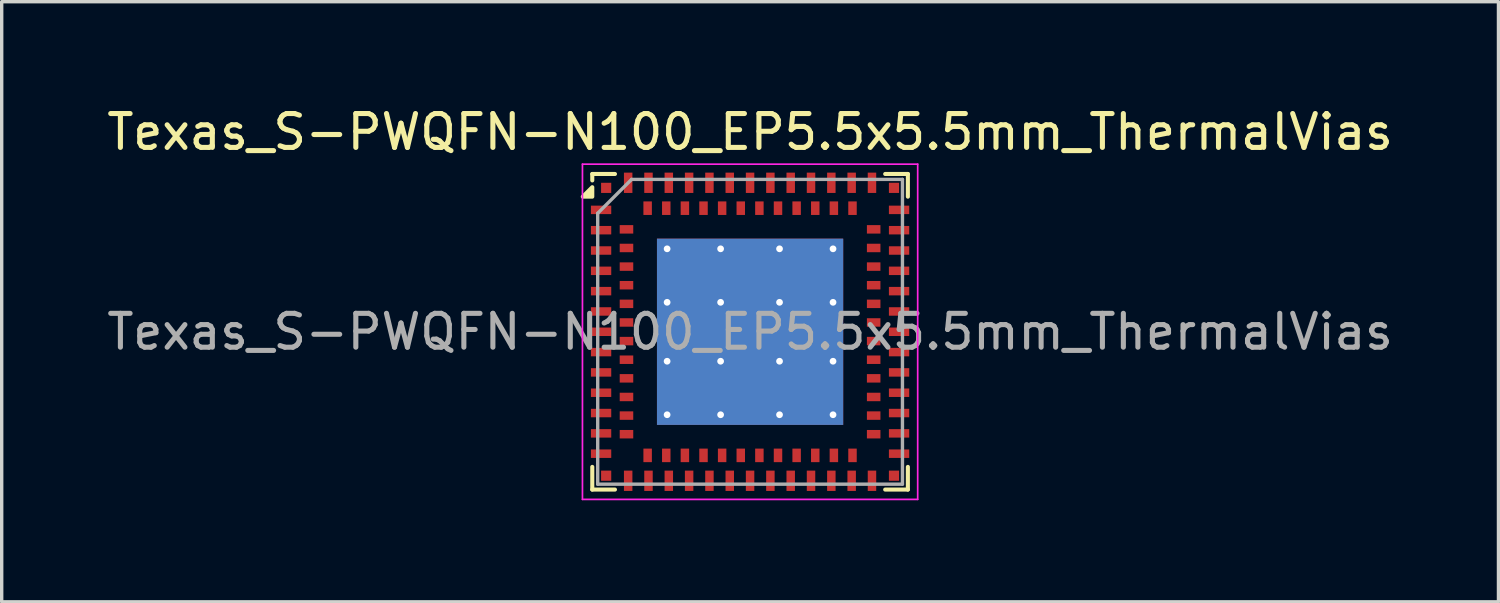
<source format=kicad_pcb>
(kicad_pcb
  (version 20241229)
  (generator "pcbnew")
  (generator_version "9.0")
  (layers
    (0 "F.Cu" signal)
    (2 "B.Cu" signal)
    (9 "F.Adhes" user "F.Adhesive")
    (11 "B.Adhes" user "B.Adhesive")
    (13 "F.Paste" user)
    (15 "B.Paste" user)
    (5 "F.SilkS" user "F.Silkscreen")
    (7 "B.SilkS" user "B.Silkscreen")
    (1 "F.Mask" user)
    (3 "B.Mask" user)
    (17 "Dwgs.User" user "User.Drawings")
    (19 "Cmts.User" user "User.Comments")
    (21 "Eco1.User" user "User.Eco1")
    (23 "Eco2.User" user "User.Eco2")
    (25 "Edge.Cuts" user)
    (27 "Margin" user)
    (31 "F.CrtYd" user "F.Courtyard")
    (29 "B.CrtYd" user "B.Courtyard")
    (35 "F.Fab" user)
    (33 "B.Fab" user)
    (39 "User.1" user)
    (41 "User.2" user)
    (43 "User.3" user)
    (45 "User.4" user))
  (footprint "Texas_S-PWQFN-N100_EP5.5x5.5mm_ThermalVias"
    (layer "F.Cu")
    (at 19.101 6.748)
    (property "Reference" "Texas_S-PWQFN-N100_EP5.5x5.5mm_ThermalVias" (at 0 -5.9 0) (layer "F.SilkS") (effects (font (size 1 1) (thickness 0.15))))
    (attr smd)
    (fp_line (start -4.66 -4.66) (end -3.99 -4.66) (stroke (width 0.12) (type solid)) (layer "F.SilkS"))
    (fp_line (start -4.66 -4.47) (end -4.66 -4.66) (stroke (width 0.12) (type solid)) (layer "F.SilkS"))
    (fp_line (start -4.66 3.99) (end -4.66 4.66) (stroke (width 0.12) (type solid)) (layer "F.SilkS"))
    (fp_line (start -4.66 4.66) (end -3.99 4.66) (stroke (width 0.12) (type solid)) (layer "F.SilkS"))
    (fp_line (start 4.66 -4.66) (end 3.99 -4.66) (stroke (width 0.12) (type solid)) (layer "F.SilkS"))
    (fp_line (start 4.66 -3.99) (end 4.66 -4.66) (stroke (width 0.12) (type solid)) (layer "F.SilkS"))
    (fp_line (start 4.66 3.99) (end 4.66 4.66) (stroke (width 0.12) (type solid)) (layer "F.SilkS"))
    (fp_line (start 4.66 4.66) (end 3.99 4.66) (stroke (width 0.12) (type solid)) (layer "F.SilkS"))
    (fp_poly (pts (xy -4.66 -3.99) (xy -4.94 -3.99) (xy -4.66 -4.27) (xy -4.66 -3.99)) (stroke (width 0.12) (type solid)) (fill yes) (layer "F.SilkS"))
    (fp_line (start -4.95 -4.95) (end 4.95 -4.95) (stroke (width 0.05) (type solid)) (layer "F.CrtYd"))
    (fp_line (start -4.95 4.95) (end -4.95 -4.95) (stroke (width 0.05) (type solid)) (layer "F.CrtYd"))
    (fp_line (start 4.95 -4.95) (end 4.95 4.95) (stroke (width 0.05) (type solid)) (layer "F.CrtYd"))
    (fp_line (start 4.95 4.95) (end -4.95 4.95) (stroke (width 0.05) (type solid)) (layer "F.CrtYd"))
    (fp_line (start -4.5 -3.5) (end -4.5 4.5) (stroke (width 0.1) (type solid)) (layer "F.Fab"))
    (fp_line (start -4.5 4.5) (end 4.5 4.5) (stroke (width 0.1) (type solid)) (layer "F.Fab"))
    (fp_line (start -3.5 -4.5) (end -4.5 -3.5) (stroke (width 0.1) (type default)) (layer "F.Fab"))
    (fp_line (start -3.5 -4.5) (end 4.5 -4.5) (stroke (width 0.1) (type solid)) (layer "F.Fab"))
    (fp_line (start 4.5 -4.5) (end 4.5 4.5) (stroke (width 0.1) (type solid)) (layer "F.Fab"))
    (fp_text user "${REFERENCE}" (at 0 0 0) (layer "F.Fab") (effects (font (size 1 1) (thickness 0.15))))
    (pad "" smd rect (at -1.66 -1.66) (size 1.5 1.5) (layers "F.Paste"))
    (pad "" smd rect (at -1.66 0) (size 1.5 1.5) (layers "F.Paste"))
    (pad "" smd rect (at -1.66 1.66) (size 1.5 1.5) (layers "F.Paste"))
    (pad "" smd rect (at 0 -1.66) (size 1.5 1.5) (layers "F.Paste"))
    (pad "" smd rect (at 0 0) (size 1.5 1.5) (layers "F.Paste"))
    (pad "" smd rect (at 0 1.66) (size 1.5 1.5) (layers "F.Paste"))
    (pad "" smd rect (at 1.66 -1.66) (size 1.5 1.5) (layers "F.Paste"))
    (pad "" smd rect (at 1.66 0) (size 1.5 1.5) (layers "F.Paste"))
    (pad "" smd rect (at 1.66 1.66) (size 1.5 1.5) (layers "F.Paste"))
    (pad "A1" smd rect (at -4.4 -3.6 90) (size 0.25 0.6) (layers "F.Cu" "F.Mask" "F.Paste"))
    (pad "A2" smd rect (at -4.4 -3 90) (size 0.25 0.6) (layers "F.Cu" "F.Mask" "F.Paste"))
    (pad "A3" smd rect (at -4.4 -2.4 90) (size 0.25 0.6) (layers "F.Cu" "F.Mask" "F.Paste"))
    (pad "A4" smd rect (at -4.4 -1.8 90) (size 0.25 0.6) (layers "F.Cu" "F.Mask" "F.Paste"))
    (pad "A5" smd rect (at -4.4 -1.2 90) (size 0.25 0.6) (layers "F.Cu" "F.Mask" "F.Paste"))
    (pad "A6" smd rect (at -4.4 -0.6 90) (size 0.25 0.6) (layers "F.Cu" "F.Mask" "F.Paste"))
    (pad "A7" smd rect (at -4.4 0 90) (size 0.25 0.6) (layers "F.Cu" "F.Mask" "F.Paste"))
    (pad "A8" smd rect (at -4.4 0.6 90) (size 0.25 0.6) (layers "F.Cu" "F.Mask" "F.Paste"))
    (pad "A9" smd rect (at -4.4 1.2 90) (size 0.25 0.6) (layers "F.Cu" "F.Mask" "F.Paste"))
    (pad "A10" smd rect (at -4.4 1.8 90) (size 0.25 0.6) (layers "F.Cu" "F.Mask" "F.Paste"))
    (pad "A11" smd rect (at -4.4 2.4 90) (size 0.25 0.6) (layers "F.Cu" "F.Mask" "F.Paste"))
    (pad "A12" smd rect (at -4.4 3 90) (size 0.25 0.6) (layers "F.Cu" "F.Mask" "F.Paste"))
    (pad "A13" smd rect (at -4.4 3.6 90) (size 0.25 0.6) (layers "F.Cu" "F.Mask" "F.Paste"))
    (pad "A14" smd rect (at -3.6 4.4) (size 0.25 0.6) (layers "F.Cu" "F.Mask" "F.Paste"))
    (pad "A15" smd rect (at -3 4.4) (size 0.25 0.6) (layers "F.Cu" "F.Mask" "F.Paste"))
    (pad "A16" smd rect (at -2.4 4.4) (size 0.25 0.6) (layers "F.Cu" "F.Mask" "F.Paste"))
    (pad "A17" smd rect (at -1.8 4.4) (size 0.25 0.6) (layers "F.Cu" "F.Mask" "F.Paste"))
    (pad "A18" smd rect (at -1.2 4.4) (size 0.25 0.6) (layers "F.Cu" "F.Mask" "F.Paste"))
    (pad "A19" smd rect (at -0.6 4.4) (size 0.25 0.6) (layers "F.Cu" "F.Mask" "F.Paste"))
    (pad "A20" smd rect (at 0 4.4) (size 0.25 0.6) (layers "F.Cu" "F.Mask" "F.Paste"))
    (pad "A21" smd rect (at 0.6 4.4) (size 0.25 0.6) (layers "F.Cu" "F.Mask" "F.Paste"))
    (pad "A22" smd rect (at 1.2 4.4) (size 0.25 0.6) (layers "F.Cu" "F.Mask" "F.Paste"))
    (pad "A23" smd rect (at 1.8 4.4) (size 0.25 0.6) (layers "F.Cu" "F.Mask" "F.Paste"))
    (pad "A24" smd rect (at 2.4 4.4) (size 0.25 0.6) (layers "F.Cu" "F.Mask" "F.Paste"))
    (pad "A25" smd rect (at 3 4.4) (size 0.25 0.6) (layers "F.Cu" "F.Mask" "F.Paste"))
    (pad "A26" smd rect (at 3.6 4.4) (size 0.25 0.6) (layers "F.Cu" "F.Mask" "F.Paste"))
    (pad "A27" smd rect (at 4.4 3.6 90) (size 0.25 0.6) (layers "F.Cu" "F.Mask" "F.Paste"))
    (pad "A28" smd rect (at 4.4 3 90) (size 0.25 0.6) (layers "F.Cu" "F.Mask" "F.Paste"))
    (pad "A29" smd rect (at 4.4 2.4 90) (size 0.25 0.6) (layers "F.Cu" "F.Mask" "F.Paste"))
    (pad "A30" smd rect (at 4.4 1.8 90) (size 0.25 0.6) (layers "F.Cu" "F.Mask" "F.Paste"))
    (pad "A31" smd rect (at 4.4 1.2 90) (size 0.25 0.6) (layers "F.Cu" "F.Mask" "F.Paste"))
    (pad "A32" smd rect (at 4.4 0.6 90) (size 0.25 0.6) (layers "F.Cu" "F.Mask" "F.Paste"))
    (pad "A33" smd rect (at 4.4 0 90) (size 0.25 0.6) (layers "F.Cu" "F.Mask" "F.Paste"))
    (pad "A34" smd rect (at 4.4 -0.6 90) (size 0.25 0.6) (layers "F.Cu" "F.Mask" "F.Paste"))
    (pad "A35" smd rect (at 4.4 -1.2 90) (size 0.25 0.6) (layers "F.Cu" "F.Mask" "F.Paste"))
    (pad "A36" smd rect (at 4.4 -1.8 90) (size 0.25 0.6) (layers "F.Cu" "F.Mask" "F.Paste"))
    (pad "A37" smd rect (at 4.4 -2.4 90) (size 0.25 0.6) (layers "F.Cu" "F.Mask" "F.Paste"))
    (pad "A38" smd rect (at 4.4 -3 90) (size 0.25 0.6) (layers "F.Cu" "F.Mask" "F.Paste"))
    (pad "A39" smd rect (at 4.4 -3.6 90) (size 0.25 0.6) (layers "F.Cu" "F.Mask" "F.Paste"))
    (pad "A40" smd rect (at 3.6 -4.4) (size 0.25 0.6) (layers "F.Cu" "F.Mask" "F.Paste"))
    (pad "A41" smd rect (at 3 -4.4) (size 0.25 0.6) (layers "F.Cu" "F.Mask" "F.Paste"))
    (pad "A42" smd rect (at 2.4 -4.4) (size 0.25 0.6) (layers "F.Cu" "F.Mask" "F.Paste"))
    (pad "A43" smd rect (at 1.8 -4.4) (size 0.25 0.6) (layers "F.Cu" "F.Mask" "F.Paste"))
    (pad "A44" smd rect (at 1.2 -4.4) (size 0.25 0.6) (layers "F.Cu" "F.Mask" "F.Paste"))
    (pad "A45" smd rect (at 0.6 -4.4) (size 0.25 0.6) (layers "F.Cu" "F.Mask" "F.Paste"))
    (pad "A46" smd rect (at 0 -4.4) (size 0.25 0.6) (layers "F.Cu" "F.Mask" "F.Paste"))
    (pad "A47" smd rect (at -0.6 -4.4) (size 0.25 0.6) (layers "F.Cu" "F.Mask" "F.Paste"))
    (pad "A48" smd rect (at -1.2 -4.4) (size 0.25 0.6) (layers "F.Cu" "F.Mask" "F.Paste"))
    (pad "A49" smd rect (at -1.8 -4.4) (size 0.25 0.6) (layers "F.Cu" "F.Mask" "F.Paste"))
    (pad "A50" smd rect (at -2.4 -4.4) (size 0.25 0.6) (layers "F.Cu" "F.Mask" "F.Paste"))
    (pad "A51" smd rect (at -3 -4.4) (size 0.25 0.6) (layers "F.Cu" "F.Mask" "F.Paste"))
    (pad "A52" smd rect (at -3.6 -4.4) (size 0.25 0.6) (layers "F.Cu" "F.Mask" "F.Paste"))
    (pad "A53" thru_hole circle (at -2.45 -2.45) (size 0.5 0.5) (drill 0.2) (layers "*.Cu"))
    (pad "A53" thru_hole circle (at -2.45 -0.87) (size 0.5 0.5) (drill 0.2) (layers "*.Cu"))
    (pad "A53" thru_hole circle (at -2.45 0.87) (size 0.5 0.5) (drill 0.2) (layers "*.Cu"))
    (pad "A53" thru_hole circle (at -2.45 2.45) (size 0.5 0.5) (drill 0.2) (layers "*.Cu"))
    (pad "A53" thru_hole circle (at -0.87 -2.45) (size 0.5 0.5) (drill 0.2) (layers "*.Cu"))
    (pad "A53" thru_hole circle (at -0.87 -0.87) (size 0.5 0.5) (drill 0.2) (layers "*.Cu"))
    (pad "A53" thru_hole circle (at -0.87 0.87) (size 0.5 0.5) (drill 0.2) (layers "*.Cu"))
    (pad "A53" thru_hole circle (at -0.87 2.45) (size 0.5 0.5) (drill 0.2) (layers "*.Cu"))
    (pad "A53" smd rect (at 0 0) (size 5.5 5.5) (layers "F.Cu" "F.Mask"))
    (pad "A53" smd rect (at 0 0) (size 5.5 5.5) (layers "B.Cu"))
    (pad "A53" thru_hole circle (at 0.87 -2.45) (size 0.5 0.5) (drill 0.2) (layers "*.Cu"))
    (pad "A53" thru_hole circle (at 0.87 -0.87) (size 0.5 0.5) (drill 0.2) (layers "*.Cu"))
    (pad "A53" thru_hole circle (at 0.87 0.87) (size 0.5 0.5) (drill 0.2) (layers "*.Cu"))
    (pad "A53" thru_hole circle (at 0.87 2.45) (size 0.5 0.5) (drill 0.2) (layers "*.Cu"))
    (pad "A53" thru_hole circle (at 2.45 -2.45) (size 0.5 0.5) (drill 0.2) (layers "*.Cu"))
    (pad "A53" thru_hole circle (at 2.45 -0.87) (size 0.5 0.5) (drill 0.2) (layers "*.Cu"))
    (pad "A53" thru_hole circle (at 2.45 0.87) (size 0.5 0.5) (drill 0.2) (layers "*.Cu"))
    (pad "A53" thru_hole circle (at 2.45 2.45) (size 0.5 0.5) (drill 0.2) (layers "*.Cu"))
    (pad "B1" smd rect (at -3.65 -3.025 90) (size 0.25 0.4) (layers "F.Cu" "F.Mask" "F.Paste"))
    (pad "B2" smd rect (at -3.65 -2.475 90) (size 0.25 0.4) (layers "F.Cu" "F.Mask" "F.Paste"))
    (pad "B3" smd rect (at -3.65 -1.925 90) (size 0.25 0.4) (layers "F.Cu" "F.Mask" "F.Paste"))
    (pad "B4" smd rect (at -3.65 -1.375 90) (size 0.25 0.4) (layers "F.Cu" "F.Mask" "F.Paste"))
    (pad "B5" smd rect (at -3.65 -0.825 90) (size 0.25 0.4) (layers "F.Cu" "F.Mask" "F.Paste"))
    (pad "B6" smd rect (at -3.65 -0.275 90) (size 0.25 0.4) (layers "F.Cu" "F.Mask" "F.Paste"))
    (pad "B7" smd rect (at -3.65 0.275 90) (size 0.25 0.4) (layers "F.Cu" "F.Mask" "F.Paste"))
    (pad "B8" smd rect (at -3.65 0.825 90) (size 0.25 0.4) (layers "F.Cu" "F.Mask" "F.Paste"))
    (pad "B9" smd rect (at -3.65 1.375 90) (size 0.25 0.4) (layers "F.Cu" "F.Mask" "F.Paste"))
    (pad "B10" smd rect (at -3.65 1.925 90) (size 0.25 0.4) (layers "F.Cu" "F.Mask" "F.Paste"))
    (pad "B11" smd rect (at -3.65 2.475 90) (size 0.25 0.4) (layers "F.Cu" "F.Mask" "F.Paste"))
    (pad "B12" smd rect (at -3.65 3.025 90) (size 0.25 0.4) (layers "F.Cu" "F.Mask" "F.Paste"))
    (pad "B13" smd rect (at -3.025 3.65) (size 0.25 0.4) (layers "F.Cu" "F.Mask" "F.Paste"))
    (pad "B14" smd rect (at -2.475 3.65) (size 0.25 0.4) (layers "F.Cu" "F.Mask" "F.Paste"))
    (pad "B15" smd rect (at -1.925 3.65) (size 0.25 0.4) (layers "F.Cu" "F.Mask" "F.Paste"))
    (pad "B16" smd rect (at -1.375 3.65) (size 0.25 0.4) (layers "F.Cu" "F.Mask" "F.Paste"))
    (pad "B17" smd rect (at -0.825 3.65) (size 0.25 0.4) (layers "F.Cu" "F.Mask" "F.Paste"))
    (pad "B18" smd rect (at -0.275 3.65) (size 0.25 0.4) (layers "F.Cu" "F.Mask" "F.Paste"))
    (pad "B19" smd rect (at 0.275 3.65) (size 0.25 0.4) (layers "F.Cu" "F.Mask" "F.Paste"))
    (pad "B20" smd rect (at 0.825 3.65) (size 0.25 0.4) (layers "F.Cu" "F.Mask" "F.Paste"))
    (pad "B21" smd rect (at 1.375 3.65) (size 0.25 0.4) (layers "F.Cu" "F.Mask" "F.Paste"))
    (pad "B22" smd rect (at 1.925 3.65) (size 0.25 0.4) (layers "F.Cu" "F.Mask" "F.Paste"))
    (pad "B23" smd rect (at 2.475 3.65) (size 0.25 0.4) (layers "F.Cu" "F.Mask" "F.Paste"))
    (pad "B24" smd rect (at 3.025 3.65) (size 0.25 0.4) (layers "F.Cu" "F.Mask" "F.Paste"))
    (pad "B25" smd rect (at 3.65 3.025 90) (size 0.25 0.4) (layers "F.Cu" "F.Mask" "F.Paste"))
    (pad "B26" smd rect (at 3.65 2.475 90) (size 0.25 0.4) (layers "F.Cu" "F.Mask" "F.Paste"))
    (pad "B27" smd rect (at 3.65 1.925 90) (size 0.25 0.4) (layers "F.Cu" "F.Mask" "F.Paste"))
    (pad "B28" smd rect (at 3.65 1.375 90) (size 0.25 0.4) (layers "F.Cu" "F.Mask" "F.Paste"))
    (pad "B29" smd rect (at 3.65 0.825 90) (size 0.25 0.4) (layers "F.Cu" "F.Mask" "F.Paste"))
    (pad "B30" smd rect (at 3.65 0.275 90) (size 0.25 0.4) (layers "F.Cu" "F.Mask" "F.Paste"))
    (pad "B31" smd rect (at 3.65 -0.275 90) (size 0.25 0.4) (layers "F.Cu" "F.Mask" "F.Paste"))
    (pad "B32" smd rect (at 3.65 -0.825 90) (size 0.25 0.4) (layers "F.Cu" "F.Mask" "F.Paste"))
    (pad "B33" smd rect (at 3.65 -1.375 90) (size 0.25 0.4) (layers "F.Cu" "F.Mask" "F.Paste"))
    (pad "B34" smd rect (at 3.65 -1.925 90) (size 0.25 0.4) (layers "F.Cu" "F.Mask" "F.Paste"))
    (pad "B35" smd rect (at 3.65 -2.475 90) (size 0.25 0.4) (layers "F.Cu" "F.Mask" "F.Paste"))
    (pad "B36" smd rect (at 3.65 -3.025 90) (size 0.25 0.4) (layers "F.Cu" "F.Mask" "F.Paste"))
    (pad "B37" smd rect (at 3.025 -3.65) (size 0.25 0.4) (layers "F.Cu" "F.Mask" "F.Paste"))
    (pad "B38" smd rect (at 2.475 -3.65) (size 0.25 0.4) (layers "F.Cu" "F.Mask" "F.Paste"))
    (pad "B39" smd rect (at 1.925 -3.65) (size 0.25 0.4) (layers "F.Cu" "F.Mask" "F.Paste"))
    (pad "B40" smd rect (at 1.375 -3.65) (size 0.25 0.4) (layers "F.Cu" "F.Mask" "F.Paste"))
    (pad "B41" smd rect (at 0.825 -3.65) (size 0.25 0.4) (layers "F.Cu" "F.Mask" "F.Paste"))
    (pad "B42" smd rect (at 0.275 -3.65) (size 0.25 0.4) (layers "F.Cu" "F.Mask" "F.Paste"))
    (pad "B43" smd rect (at -0.275 -3.65) (size 0.25 0.4) (layers "F.Cu" "F.Mask" "F.Paste"))
    (pad "B44" smd rect (at -0.825 -3.65) (size 0.25 0.4) (layers "F.Cu" "F.Mask" "F.Paste"))
    (pad "B45" smd rect (at -1.375 -3.65) (size 0.25 0.4) (layers "F.Cu" "F.Mask" "F.Paste"))
    (pad "B46" smd rect (at -1.925 -3.65) (size 0.25 0.4) (layers "F.Cu" "F.Mask" "F.Paste"))
    (pad "B47" smd rect (at -2.475 -3.65) (size 0.25 0.4) (layers "F.Cu" "F.Mask" "F.Paste"))
    (pad "B48" smd rect (at -3.025 -3.65) (size 0.25 0.4) (layers "F.Cu" "F.Mask" "F.Paste"))
    (pad "C1" smd rect (at -4.25 -4.25) (size 0.3 0.3) (layers "F.Cu" "F.Mask" "F.Paste"))
    (pad "C2" smd rect (at -4.25 4.25) (size 0.3 0.3) (layers "F.Cu" "F.Mask" "F.Paste"))
    (pad "C3" smd rect (at 4.25 4.25) (size 0.3 0.3) (layers "F.Cu" "F.Mask" "F.Paste"))
    (pad "C4" smd rect (at 4.25 -4.25) (size 0.3 0.3) (layers "F.Cu" "F.Mask" "F.Paste")))
  (gr_rect
    (start -3 -3)
    (end 41.202 14.723)
    (stroke (width 0.1) (type default))
    (fill no)
    (layer "Edge.Cuts")))
</source>
